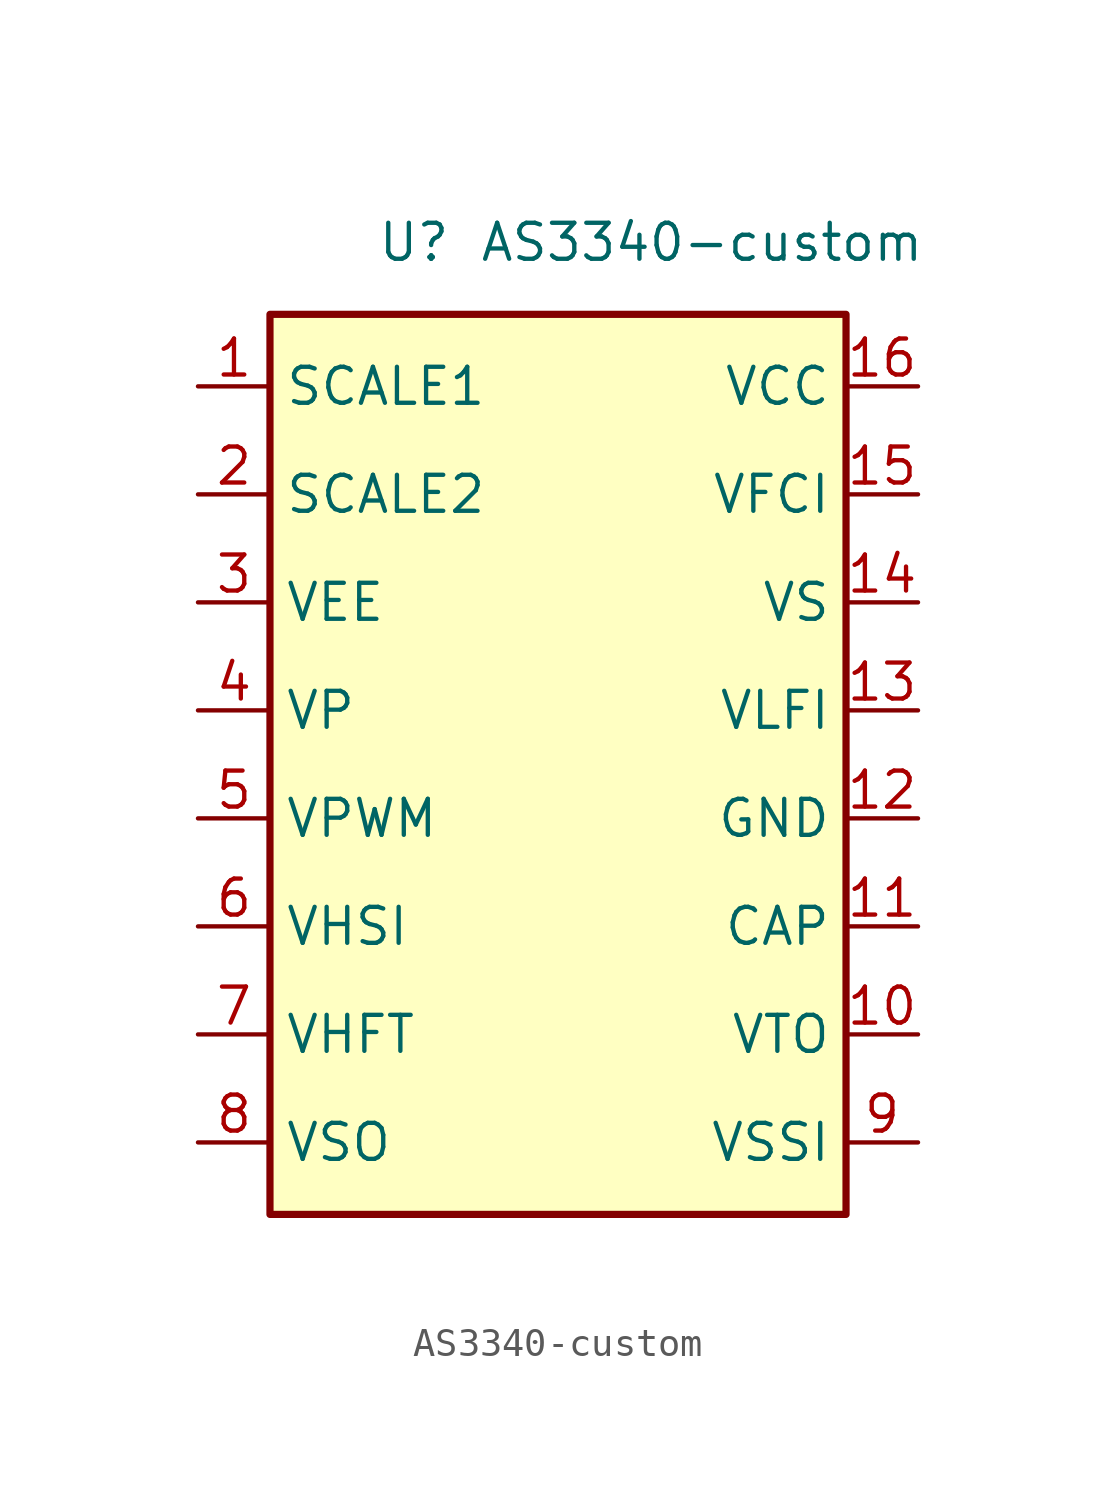
<source format=kicad_sym>
(kicad_symbol_lib
  (version 20231120)
  (generator "kicad_symbol_editor")
  (generator_version "8.0")
  (symbol "AS3340-custom"
    (property "Reference" "U"
      (at -5.08 17.78 0)
      (effects (font (size 1.27 1.27))))
    (property "Value" "AS3340-custom"
      (at 5.08 17.78 0)
      (effects (font (size 1.27 1.27))))
    (symbol "AS3340-custom_0_1"
      (rectangle (start -10.16 15.24) (end 10.16 -16.51) (stroke (width 0.254) (type default)) (fill (type background))))
    (symbol "AS3340-custom_1_1"
      (pin input line (at -12.7 12.7 0) (length 2.54) (name "SCALE1" (effects (font (size 1.27 1.27)))) (number "1" (effects (font (size 1.27 1.27)))))
      (pin output line (at 12.7 -10.16 180) (length 2.54) (name "VTO" (effects (font (size 1.27 1.27)))) (number "10" (effects (font (size 1.27 1.27)))))
      (pin passive line (at 12.7 -6.35 180) (length 2.54) (name "CAP" (effects (font (size 1.27 1.27)))) (number "11" (effects (font (size 1.27 1.27)))))
      (pin power_in line (at 12.7 -2.54 180) (length 2.54) (name "GND" (effects (font (size 1.27 1.27)))) (number "12" (effects (font (size 1.27 1.27)))))
      (pin input line (at 12.7 1.27 180) (length 2.54) (name "VLFI" (effects (font (size 1.27 1.27)))) (number "13" (effects (font (size 1.27 1.27)))))
      (pin passive line (at 12.7 5.08 180) (length 2.54) (name "VS" (effects (font (size 1.27 1.27)))) (number "14" (effects (font (size 1.27 1.27)))))
      (pin input line (at 12.7 8.89 180) (length 2.54) (name "VFCI" (effects (font (size 1.27 1.27)))) (number "15" (effects (font (size 1.27 1.27)))))
      (pin power_in line (at 12.7 12.7 180) (length 2.54) (name "VCC" (effects (font (size 1.27 1.27)))) (number "16" (effects (font (size 1.27 1.27)))))
      (pin input line (at -12.7 8.89 0) (length 2.54) (name "SCALE2" (effects (font (size 1.27 1.27)))) (number "2" (effects (font (size 1.27 1.27)))))
      (pin power_in line (at -12.7 5.08 0) (length 2.54) (name "VEE" (effects (font (size 1.27 1.27)))) (number "3" (effects (font (size 1.27 1.27)))))
      (pin output line (at -12.7 1.27 0) (length 2.54) (name "VP" (effects (font (size 1.27 1.27)))) (number "4" (effects (font (size 1.27 1.27)))))
      (pin input line (at -12.7 -2.54 0) (length 2.54) (name "VPWM" (effects (font (size 1.27 1.27)))) (number "5" (effects (font (size 1.27 1.27)))))
      (pin input line (at -12.7 -6.35 0) (length 2.54) (name "VHSI" (effects (font (size 1.27 1.27)))) (number "6" (effects (font (size 1.27 1.27)))))
      (pin input line (at -12.7 -10.16 0) (length 2.54) (name "VHFT" (effects (font (size 1.27 1.27)))) (number "7" (effects (font (size 1.27 1.27)))))
      (pin output line (at -12.7 -13.97 0) (length 2.54) (name "VSO" (effects (font (size 1.27 1.27)))) (number "8" (effects (font (size 1.27 1.27)))))
      (pin input line (at 12.7 -13.97 180) (length 2.54) (name "VSSI" (effects (font (size 1.27 1.27)))) (number "9" (effects (font (size 1.27 1.27))))))))
</source>
